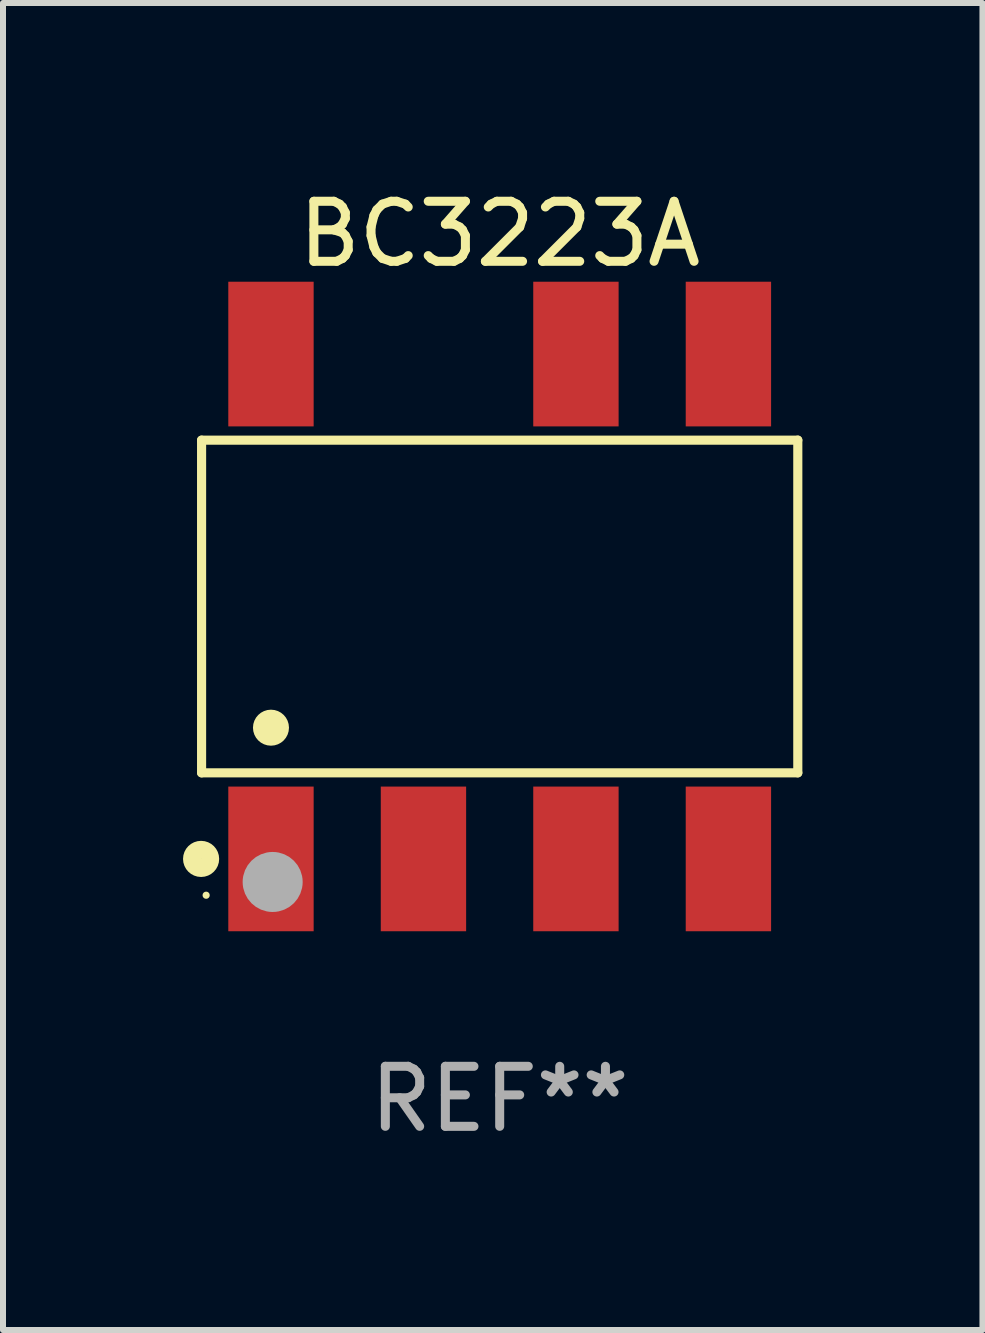
<source format=kicad_pcb>
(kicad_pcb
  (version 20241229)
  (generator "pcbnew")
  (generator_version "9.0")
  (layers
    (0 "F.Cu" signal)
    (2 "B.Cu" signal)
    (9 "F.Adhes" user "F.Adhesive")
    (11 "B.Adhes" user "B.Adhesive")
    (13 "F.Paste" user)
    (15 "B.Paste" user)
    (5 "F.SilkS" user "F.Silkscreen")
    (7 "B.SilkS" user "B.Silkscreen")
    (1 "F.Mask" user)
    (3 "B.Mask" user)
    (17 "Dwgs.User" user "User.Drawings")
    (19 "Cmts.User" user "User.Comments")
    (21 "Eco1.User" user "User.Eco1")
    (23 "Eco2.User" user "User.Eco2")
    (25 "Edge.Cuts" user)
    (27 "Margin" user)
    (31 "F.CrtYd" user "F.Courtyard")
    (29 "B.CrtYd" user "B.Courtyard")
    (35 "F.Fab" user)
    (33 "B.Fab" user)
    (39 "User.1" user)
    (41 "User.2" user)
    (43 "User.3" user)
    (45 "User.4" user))
  (footprint "BC3223A"
    (layer "F.Cu")
    (at 5.274 7.053)
    (property "Reference" "BC3223A" (at 0 -6.205 0) (layer "F.SilkS") (effects (font (size 1 1) (thickness 0.15))))
    (attr through_hole)
    (fp_line (start -4.966 -2.771) (end 4.966 -2.771) (stroke (width 0.152) (type solid)) (layer "F.SilkS"))
    (fp_line (start -4.966 2.771) (end -4.966 -2.771) (stroke (width 0.152) (type solid)) (layer "F.SilkS"))
    (fp_line (start 4.966 -2.771) (end 4.966 2.771) (stroke (width 0.152) (type solid)) (layer "F.SilkS"))
    (fp_line (start 4.966 2.771) (end -4.966 2.771) (stroke (width 0.152) (type solid)) (layer "F.SilkS"))
    (fp_circle (center -4.974 4.205) (end -4.823 4.205) (stroke (width 0.3) (type solid)) (fill no) (layer "F.SilkS"))
    (fp_circle (center -4.89 4.81) (end -4.86 4.81) (stroke (width 0.06) (type solid)) (fill no) (layer "F.SilkS"))
    (fp_circle (center -3.81 2.019) (end -3.66 2.019) (stroke (width 0.3) (type solid)) (fill no) (layer "F.SilkS"))
    (fp_circle (center -3.782 4.589) (end -3.532 4.589) (stroke (width 0.5) (type solid)) (fill no) (layer "F.Fab"))
    (fp_text user "REF**" (at 0 8.205 0) (layer "F.Fab") (effects (font (size 1 1) (thickness 0.15))))
    (pad "1" smd rect (at -3.81 4.205) (size 1.422 2.41) (layers "F.Cu" "F.Mask" "F.Paste"))
    (pad "2" smd rect (at -1.27 4.205) (size 1.422 2.41) (layers "F.Cu" "F.Mask" "F.Paste"))
    (pad "3" smd rect (at 1.27 4.205) (size 1.422 2.41) (layers "F.Cu" "F.Mask" "F.Paste"))
    (pad "4" smd rect (at 3.81 4.205) (size 1.422 2.41) (layers "F.Cu" "F.Mask" "F.Paste"))
    (pad "5" smd rect (at 3.81 -4.205) (size 1.422 2.41) (layers "F.Cu" "F.Mask" "F.Paste"))
    (pad "6" smd rect (at 1.27 -4.205) (size 1.422 2.41) (layers "F.Cu" "F.Mask" "F.Paste"))
    (pad "8" smd rect (at -3.81 -4.205) (size 1.422 2.41) (layers "F.Cu" "F.Mask" "F.Paste")))
  (gr_rect
    (start -3 -3)
    (end 13.316 19.106)
    (stroke (width 0.1) (type default))
    (fill no)
    (layer "Edge.Cuts")))
</source>
